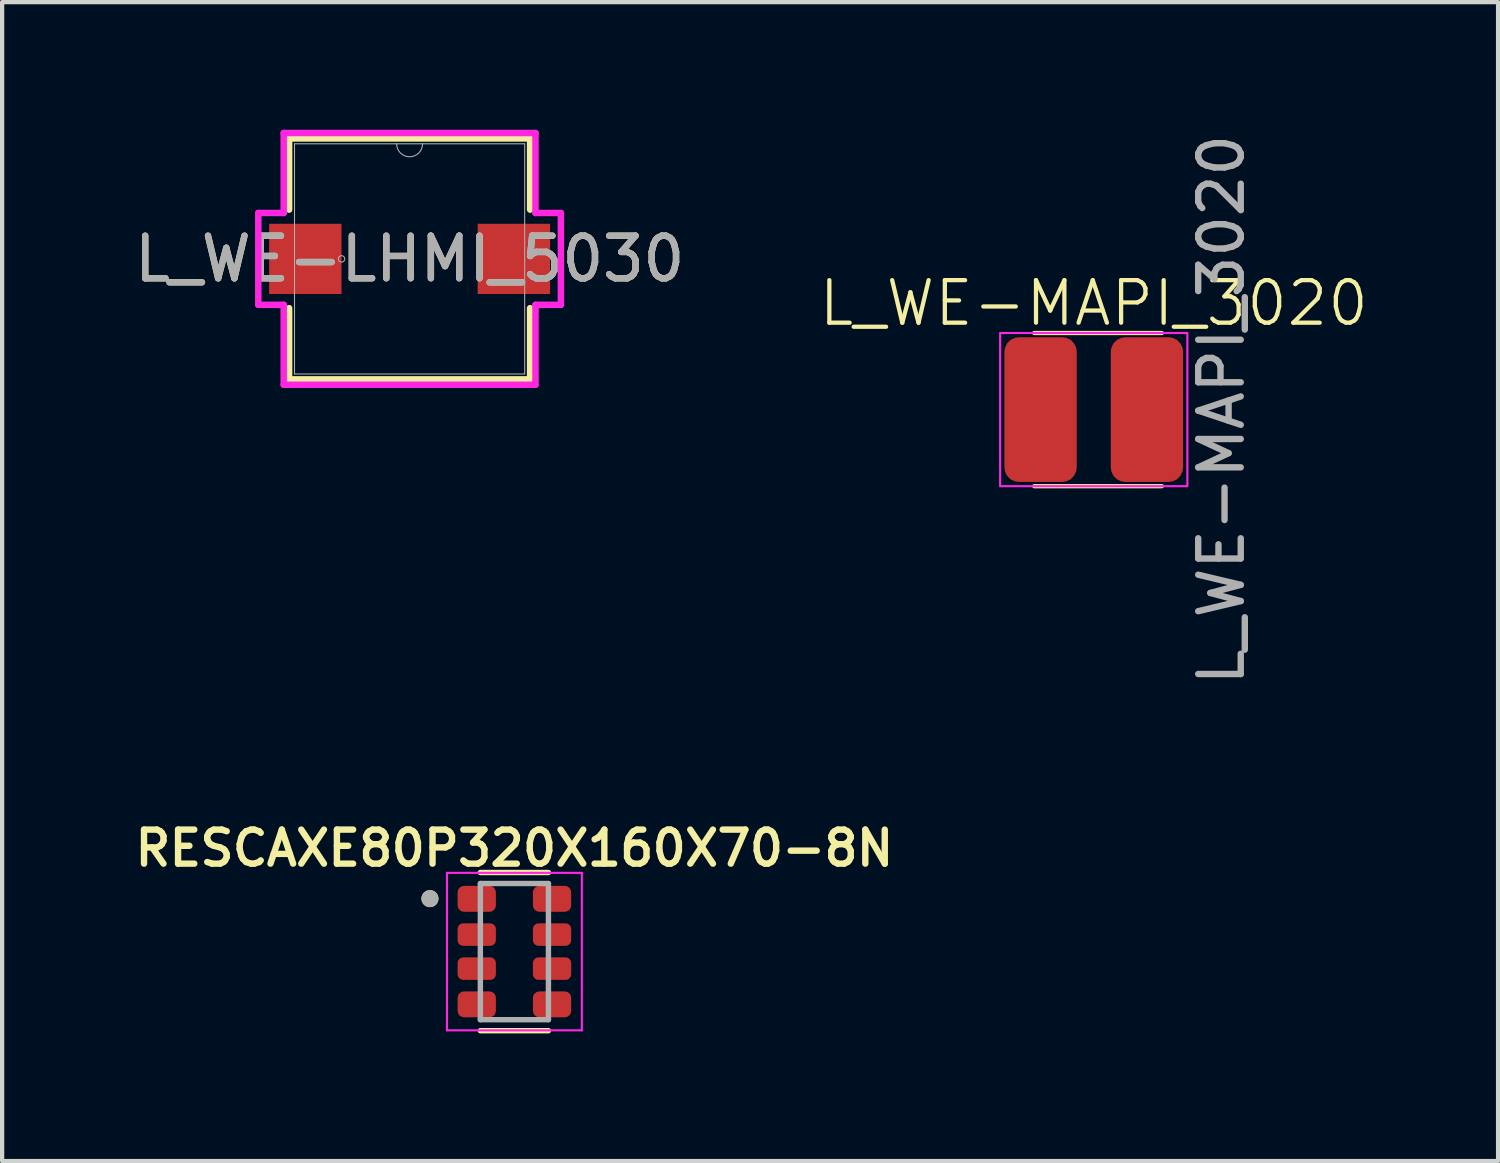
<source format=kicad_pcb>
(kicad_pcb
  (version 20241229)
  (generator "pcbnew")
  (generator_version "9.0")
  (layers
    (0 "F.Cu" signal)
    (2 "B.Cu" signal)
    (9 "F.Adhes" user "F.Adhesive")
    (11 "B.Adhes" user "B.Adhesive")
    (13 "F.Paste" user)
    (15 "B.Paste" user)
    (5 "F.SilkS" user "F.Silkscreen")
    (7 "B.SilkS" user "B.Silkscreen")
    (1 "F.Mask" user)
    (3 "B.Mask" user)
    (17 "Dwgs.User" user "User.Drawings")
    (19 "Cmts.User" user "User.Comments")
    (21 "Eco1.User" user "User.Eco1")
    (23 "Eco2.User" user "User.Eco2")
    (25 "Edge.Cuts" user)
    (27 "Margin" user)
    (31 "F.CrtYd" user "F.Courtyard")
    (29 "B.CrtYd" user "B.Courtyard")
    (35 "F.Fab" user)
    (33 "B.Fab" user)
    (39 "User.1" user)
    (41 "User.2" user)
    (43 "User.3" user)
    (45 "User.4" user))
  (footprint "RESCAXE80P320X160X70-8N"
    (layer "F.Cu")
    (at 9.04 19.316)
    (property "Reference" "RESCAXE80P320X160X70-8N" (at 0 -2.43 0) (layer "F.SilkS") (effects (font (size 0.8 0.8) (thickness 0.15) (bold yes))))
    (attr smd)
    (fp_line (start -0.8 1.859) (end 0.8 1.859) (stroke (width 0.127) (type solid)) (layer "F.SilkS"))
    (fp_line (start 0.8 -1.859) (end -0.8 -1.859) (stroke (width 0.127) (type solid)) (layer "F.SilkS"))
    (fp_circle (center -1.985 -1.245) (end -1.885 -1.245) (stroke (width 0.2) (type solid)) (fill no) (layer "F.SilkS"))
    (fp_line (start -1.585 -1.85) (end -1.585 1.85) (stroke (width 0.05) (type solid)) (layer "F.CrtYd"))
    (fp_line (start -1.585 1.85) (end 1.585 1.85) (stroke (width 0.05) (type solid)) (layer "F.CrtYd"))
    (fp_line (start 1.585 -1.85) (end -1.585 -1.85) (stroke (width 0.05) (type solid)) (layer "F.CrtYd"))
    (fp_line (start 1.585 1.85) (end 1.585 -1.85) (stroke (width 0.05) (type solid)) (layer "F.CrtYd"))
    (fp_line (start -0.8 -1.6) (end -0.8 1.6) (stroke (width 0.127) (type solid)) (layer "F.Fab"))
    (fp_line (start -0.8 1.6) (end 0.8 1.6) (stroke (width 0.127) (type solid)) (layer "F.Fab"))
    (fp_line (start 0.8 -1.6) (end -0.8 -1.6) (stroke (width 0.127) (type solid)) (layer "F.Fab"))
    (fp_line (start 0.8 1.6) (end 0.8 -1.6) (stroke (width 0.127) (type solid)) (layer "F.Fab"))
    (fp_circle (center -1.985 -1.245) (end -1.885 -1.245) (stroke (width 0.2) (type solid)) (fill no) (layer "F.Fab"))
    (pad "1" smd roundrect (at -0.885 -1.24) (size 0.9 0.61) (layers "F.Cu" "F.Mask" "F.Paste") (roundrect_rratio 0.25))
    (pad "2" smd roundrect (at -0.885 -0.4) (size 0.9 0.53) (layers "F.Cu" "F.Mask" "F.Paste") (roundrect_rratio 0.25))
    (pad "3" smd roundrect (at -0.885 0.4) (size 0.9 0.53) (layers "F.Cu" "F.Mask" "F.Paste") (roundrect_rratio 0.25))
    (pad "4" smd roundrect (at -0.885 1.24) (size 0.9 0.61) (layers "F.Cu" "F.Mask" "F.Paste") (roundrect_rratio 0.25))
    (pad "5" smd roundrect (at 0.885 1.24) (size 0.9 0.61) (layers "F.Cu" "F.Mask" "F.Paste") (roundrect_rratio 0.25))
    (pad "6" smd roundrect (at 0.885 0.4) (size 0.9 0.53) (layers "F.Cu" "F.Mask" "F.Paste") (roundrect_rratio 0.25))
    (pad "7" smd roundrect (at 0.885 -0.4) (size 0.9 0.53) (layers "F.Cu" "F.Mask" "F.Paste") (roundrect_rratio 0.25))
    (pad "8" smd roundrect (at 0.885 -1.24) (size 0.9 0.61) (layers "F.Cu" "F.Mask" "F.Paste") (roundrect_rratio 0.25)))
  (footprint "L_WE-LHMI_5030"
    (layer "F.Cu")
    (at 6.577 3.035)
    (property "Reference" "L_WE-LHMI_5030" (at 0 0 0) (unlocked yes) (layer "F.SilkS") (effects (font (size 1 1) (thickness 0.15))))
    (attr smd)
    (fp_line (start -2.832 -2.832) (end -2.832 -1.158) (stroke (width 0.152) (type solid)) (layer "F.SilkS"))
    (fp_line (start -2.832 1.158) (end -2.832 2.832) (stroke (width 0.152) (type solid)) (layer "F.SilkS"))
    (fp_line (start -2.832 2.832) (end 2.832 2.832) (stroke (width 0.152) (type solid)) (layer "F.SilkS"))
    (fp_line (start 2.832 -2.832) (end -2.832 -2.832) (stroke (width 0.152) (type solid)) (layer "F.SilkS"))
    (fp_line (start 2.832 -1.158) (end 2.832 -2.832) (stroke (width 0.152) (type solid)) (layer "F.SilkS"))
    (fp_line (start 2.832 2.832) (end 2.832 1.158) (stroke (width 0.152) (type solid)) (layer "F.SilkS"))
    (fp_line (start -3.556 -1.079) (end -2.959 -1.079) (stroke (width 0.152) (type solid)) (layer "F.CrtYd"))
    (fp_line (start -3.556 1.079) (end -3.556 -1.079) (stroke (width 0.152) (type solid)) (layer "F.CrtYd"))
    (fp_line (start -3.556 1.079) (end -2.959 1.079) (stroke (width 0.152) (type solid)) (layer "F.CrtYd"))
    (fp_line (start -2.959 -2.959) (end 2.959 -2.959) (stroke (width 0.152) (type solid)) (layer "F.CrtYd"))
    (fp_line (start -2.959 -1.079) (end -2.959 -2.959) (stroke (width 0.152) (type solid)) (layer "F.CrtYd"))
    (fp_line (start -2.959 2.959) (end -2.959 1.079) (stroke (width 0.152) (type solid)) (layer "F.CrtYd"))
    (fp_line (start 2.959 -2.959) (end 2.959 -1.079) (stroke (width 0.152) (type solid)) (layer "F.CrtYd"))
    (fp_line (start 2.959 1.079) (end 2.959 2.959) (stroke (width 0.152) (type solid)) (layer "F.CrtYd"))
    (fp_line (start 2.959 2.959) (end -2.959 2.959) (stroke (width 0.152) (type solid)) (layer "F.CrtYd"))
    (fp_line (start 3.556 -1.079) (end 2.959 -1.079) (stroke (width 0.152) (type solid)) (layer "F.CrtYd"))
    (fp_line (start 3.556 -1.079) (end 3.556 1.079) (stroke (width 0.152) (type solid)) (layer "F.CrtYd"))
    (fp_line (start 3.556 1.079) (end 2.959 1.079) (stroke (width 0.152) (type solid)) (layer "F.CrtYd"))
    (fp_line (start -2.705 -2.705) (end -2.705 2.705) (stroke (width 0.025) (type solid)) (layer "F.Fab"))
    (fp_line (start -2.705 2.705) (end 2.705 2.705) (stroke (width 0.025) (type solid)) (layer "F.Fab"))
    (fp_line (start 2.705 -2.705) (end -2.705 -2.705) (stroke (width 0.025) (type solid)) (layer "F.Fab"))
    (fp_line (start 2.705 2.705) (end 2.705 -2.705) (stroke (width 0.025) (type solid)) (layer "F.Fab"))
    (fp_arc (start 0.3048 -2.7051) (mid 0 -2.4003) (end -0.3048 -2.7051) (stroke (width 0.0254) (type solid)) (layer "F.Fab"))
    (fp_circle (center -1.6 0) (end -1.524 0) (stroke (width 0.025) (type solid)) (fill no) (layer "F.Fab"))
    (fp_text user "${REFERENCE}" (at 0 0 0) (unlocked yes) (layer "F.Fab") (effects (font (size 1 1) (thickness 0.15))))
    (pad "1" smd rect (at -2.451 0) (size 1.702 1.651) (layers "F.Cu" "F.Mask" "F.Paste"))
    (pad "2" smd rect (at 2.451 0) (size 1.702 1.651) (layers "F.Cu" "F.Mask" "F.Paste")))
  (footprint "L_WE-MAPI_3020"
    (layer "F.Cu")
    (at 22.657 6.577)
    (property "Reference" "L_WE-MAPI_3020" (at 0 -2.5 0) (unlocked yes) (layer "F.SilkS") (effects (font (size 1 1) (thickness 0.1))))
    (attr smd)
    (fp_line (start -1.4 -1.8) (end 1.6 -1.8) (stroke (width 0.1) (type default)) (layer "F.SilkS"))
    (fp_line (start -1.4 1.8) (end 1.6 1.8) (stroke (width 0.1) (type default)) (layer "F.SilkS"))
    (fp_rect (start -2.2 -1.8) (end 2.2 1.8) (stroke (width 0.05) (type default)) (fill no) (layer "F.CrtYd"))
    (fp_text user "${REFERENCE}" (at 3 0 90) (unlocked yes) (layer "F.Fab") (effects (font (size 1 1) (thickness 0.15))))
    (pad "1" smd roundrect (at -1.25 0 90) (size 3.4 1.7) (layers "F.Cu" "F.Mask" "F.Paste") (roundrect_rratio 0.2))
    (pad "2" smd roundrect (at 1.25 0 90) (size 3.4 1.7) (layers "F.Cu" "F.Mask" "F.Paste") (roundrect_rratio 0.2))
    (zone (net_name "") (layers "F.Cu" "F.SilkS" "F.Paste") (hatch edge 0.5) (connect_pads) (min_thickness 0.25) (filled_areas_thickness no) (keepout (tracks not_allowed) (vias allowed) (pads allowed) (copperpour not_allowed) (footprints not_allowed)) (placement (enabled no)) (fill) (polygon (pts (xy 22.357 4.777) (xy 22.957 4.777) (xy 22.957 8.377) (xy 22.357 8.377)))))
  (gr_rect
    (start -3 -3)
    (end 32.16 24.239)
    (stroke (width 0.1) (type default))
    (fill no)
    (layer "Edge.Cuts")))
</source>
